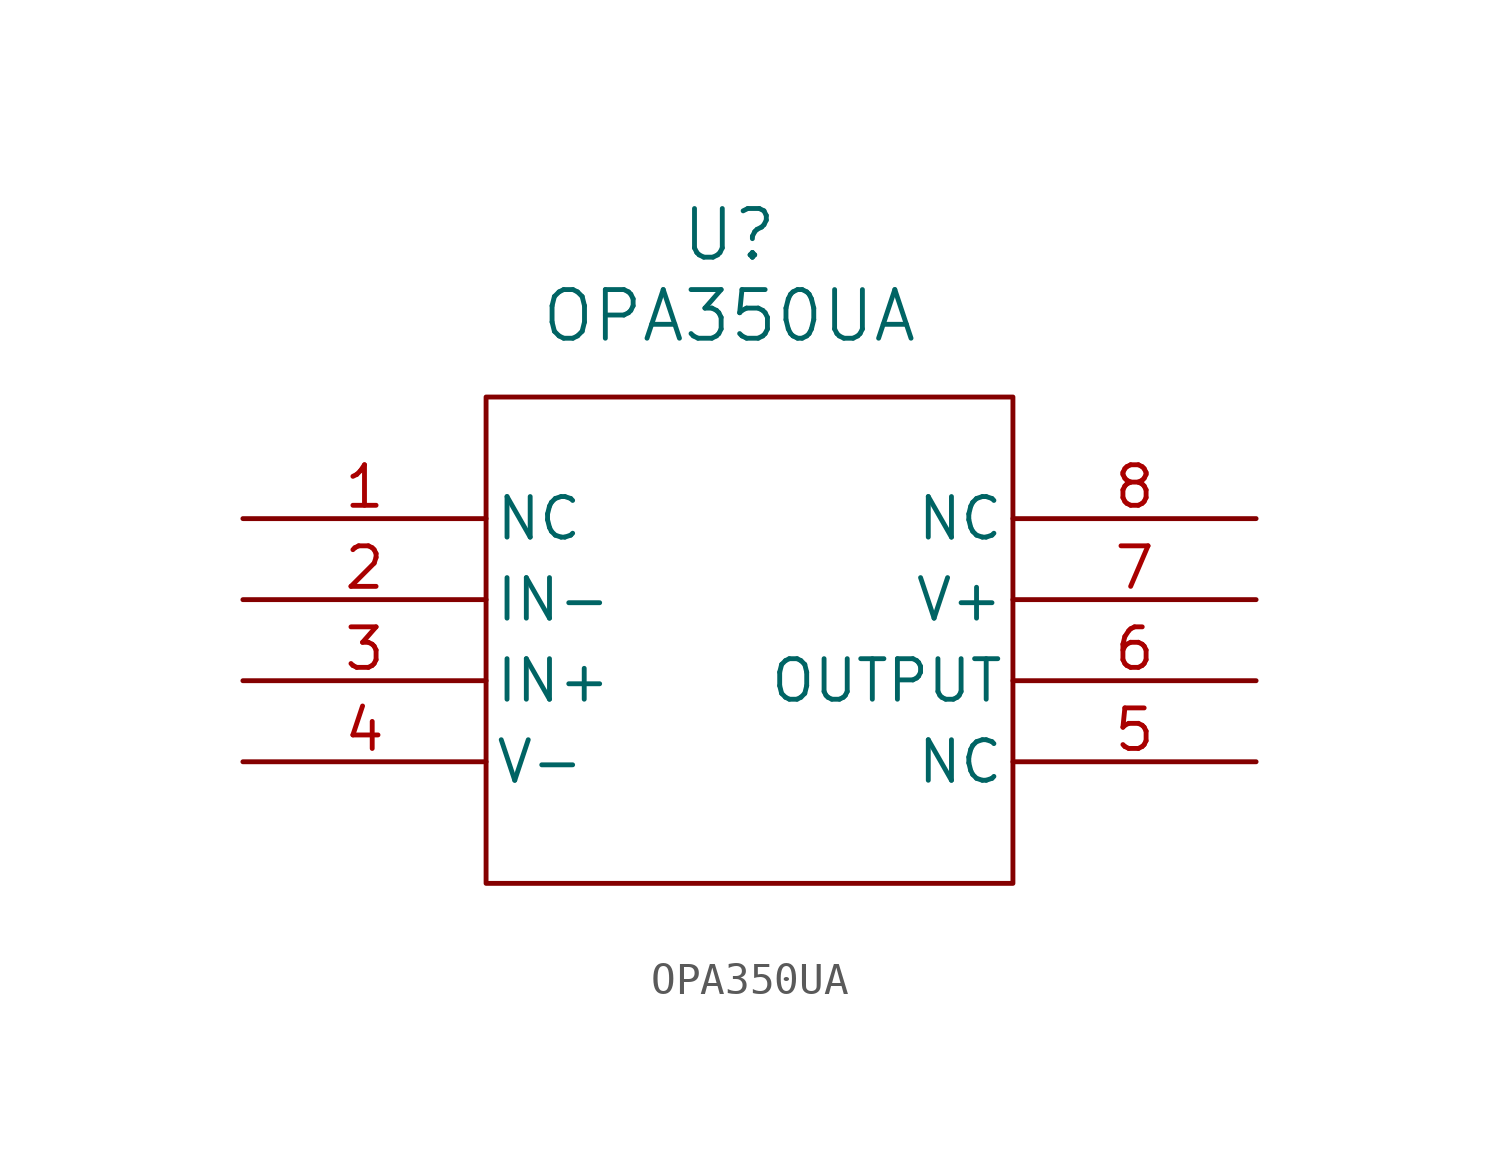
<source format=kicad_sym>
(kicad_symbol_lib
  (version 20231120)
  (generator "kicad_symbol_editor")
  (generator_version "8.0")
  (symbol "OPA350UA"
    (pin_names
      (offset 0.254))
    (property "Reference" "U"
      (at 30.48 10.16 0)
      (effects (font (size 1.524 1.524))))
    (property "Value" "OPA350UA"
      (at 30.48 7.62 0)
      (effects (font (size 1.524 1.524))))
    (property "ki_locked" ""
      (at 0 0 0)
      (effects (font (size 1.27 1.27))))
    (symbol "OPA350UA_0_1"
      (pin unspecified line (at 15.24 1.27 0) (length 7.62) (name "NC" (effects (font (size 1.27 1.27)))) (number "1" (effects (font (size 1.27 1.27)))))
      (pin input line (at 15.24 -1.27 0) (length 7.62) (name "IN-" (effects (font (size 1.27 1.27)))) (number "2" (effects (font (size 1.27 1.27)))))
      (pin input line (at 15.24 -3.81 0) (length 7.62) (name "IN+" (effects (font (size 1.27 1.27)))) (number "3" (effects (font (size 1.27 1.27)))))
      (pin power_in line (at 15.24 -6.35 0) (length 7.62) (name "V-" (effects (font (size 1.27 1.27)))) (number "4" (effects (font (size 1.27 1.27)))))
      (pin unspecified line (at 46.99 -6.35 180) (length 7.62) (name "NC" (effects (font (size 1.27 1.27)))) (number "5" (effects (font (size 1.27 1.27)))))
      (pin output line (at 46.99 -3.81 180) (length 7.62) (name "OUTPUT" (effects (font (size 1.27 1.27)))) (number "6" (effects (font (size 1.27 1.27)))))
      (pin power_in line (at 46.99 -1.27 180) (length 7.62) (name "V+" (effects (font (size 1.27 1.27)))) (number "7" (effects (font (size 1.27 1.27)))))
      (pin unspecified line (at 46.99 1.27 180) (length 7.62) (name "NC" (effects (font (size 1.27 1.27)))) (number "8" (effects (font (size 1.27 1.27))))))
    (symbol "OPA350UA_1_1"
      (rectangle (start 22.86 5.08) (end 39.37 -10.16) (stroke (width 0) (type default)) (fill (type none))))))
</source>
